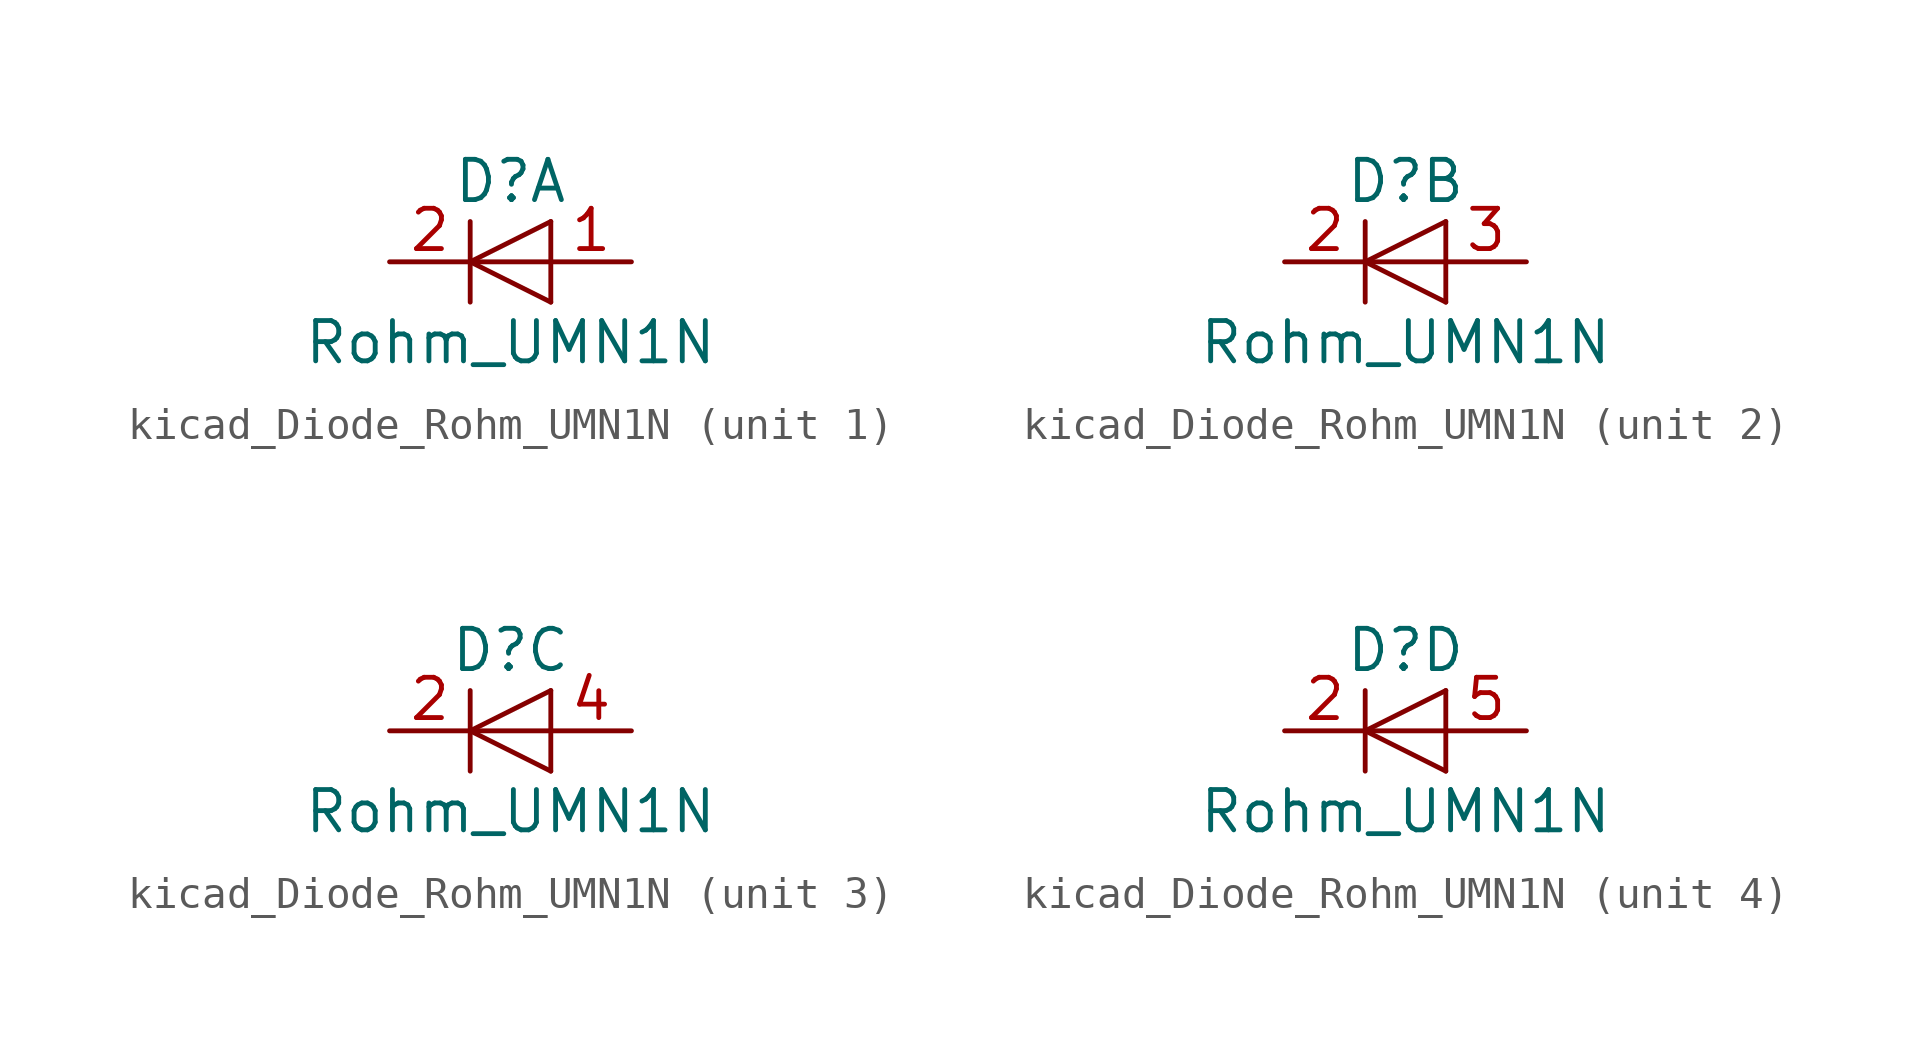
<source format=kicad_sym>
(kicad_symbol_lib
  (version 20220914)
  (generator kicad_symbol_editor)
  (symbol "kicad_Diode_Rohm_UMN1N"
    (pin_names
      (offset 1.016) hide)
    (property "Reference" "D"
      (at 0 2.54 0)
      (effects (font (size 1.27 1.27))))
    (property "Value" "Rohm_UMN1N"
      (at 0 -2.54 0)
      (effects (font (size 1.27 1.27))))
    (symbol "kicad_Diode_Rohm_UMN1N_0_1"
      (polyline (pts (xy -1.27 1.27) (xy -1.27 -1.27)) (stroke (width 0.152) (type default)) (fill (type none)))
      (polyline (pts (xy 1.27 -1.27) (xy 1.27 1.27)) (stroke (width 0) (type default)) (fill (type none)))
      (polyline (pts (xy 1.27 0) (xy -1.27 0)) (stroke (width 0) (type default)) (fill (type none)))
      (polyline (pts (xy 1.27 1.27) (xy -1.27 0) (xy 1.27 -1.27)) (stroke (width 0) (type default)) (fill (type none))))
    (symbol "kicad_Diode_Rohm_UMN1N_1_1"
      (pin passive line (at 3.81 0 180) (length 2.54) (name "A" (effects (font (size 1.27 1.27)))) (number "1" (effects (font (size 1.27 1.27)))))
      (pin passive line (at -3.81 0 0) (length 2.54) (name "K" (effects (font (size 1.27 1.27)))) (number "2" (effects (font (size 1.27 1.27))))))
    (symbol "kicad_Diode_Rohm_UMN1N_2_1"
      (pin passive line (at -3.81 0 0) (length 2.54) (name "K" (effects (font (size 1.27 1.27)))) (number "2" (effects (font (size 1.27 1.27)))))
      (pin passive line (at 3.81 0 180) (length 2.54) (name "A" (effects (font (size 1.27 1.27)))) (number "3" (effects (font (size 1.27 1.27))))))
    (symbol "kicad_Diode_Rohm_UMN1N_3_1"
      (pin passive line (at -3.81 0 0) (length 2.54) (name "K" (effects (font (size 1.27 1.27)))) (number "2" (effects (font (size 1.27 1.27)))))
      (pin passive line (at 3.81 0 180) (length 2.54) (name "A" (effects (font (size 1.27 1.27)))) (number "4" (effects (font (size 1.27 1.27))))))
    (symbol "kicad_Diode_Rohm_UMN1N_4_1"
      (pin passive line (at -3.81 0 0) (length 2.54) (name "K" (effects (font (size 1.27 1.27)))) (number "2" (effects (font (size 1.27 1.27)))))
      (pin passive line (at 3.81 0 180) (length 2.54) (name "A" (effects (font (size 1.27 1.27)))) (number "5" (effects (font (size 1.27 1.27))))))))
</source>
